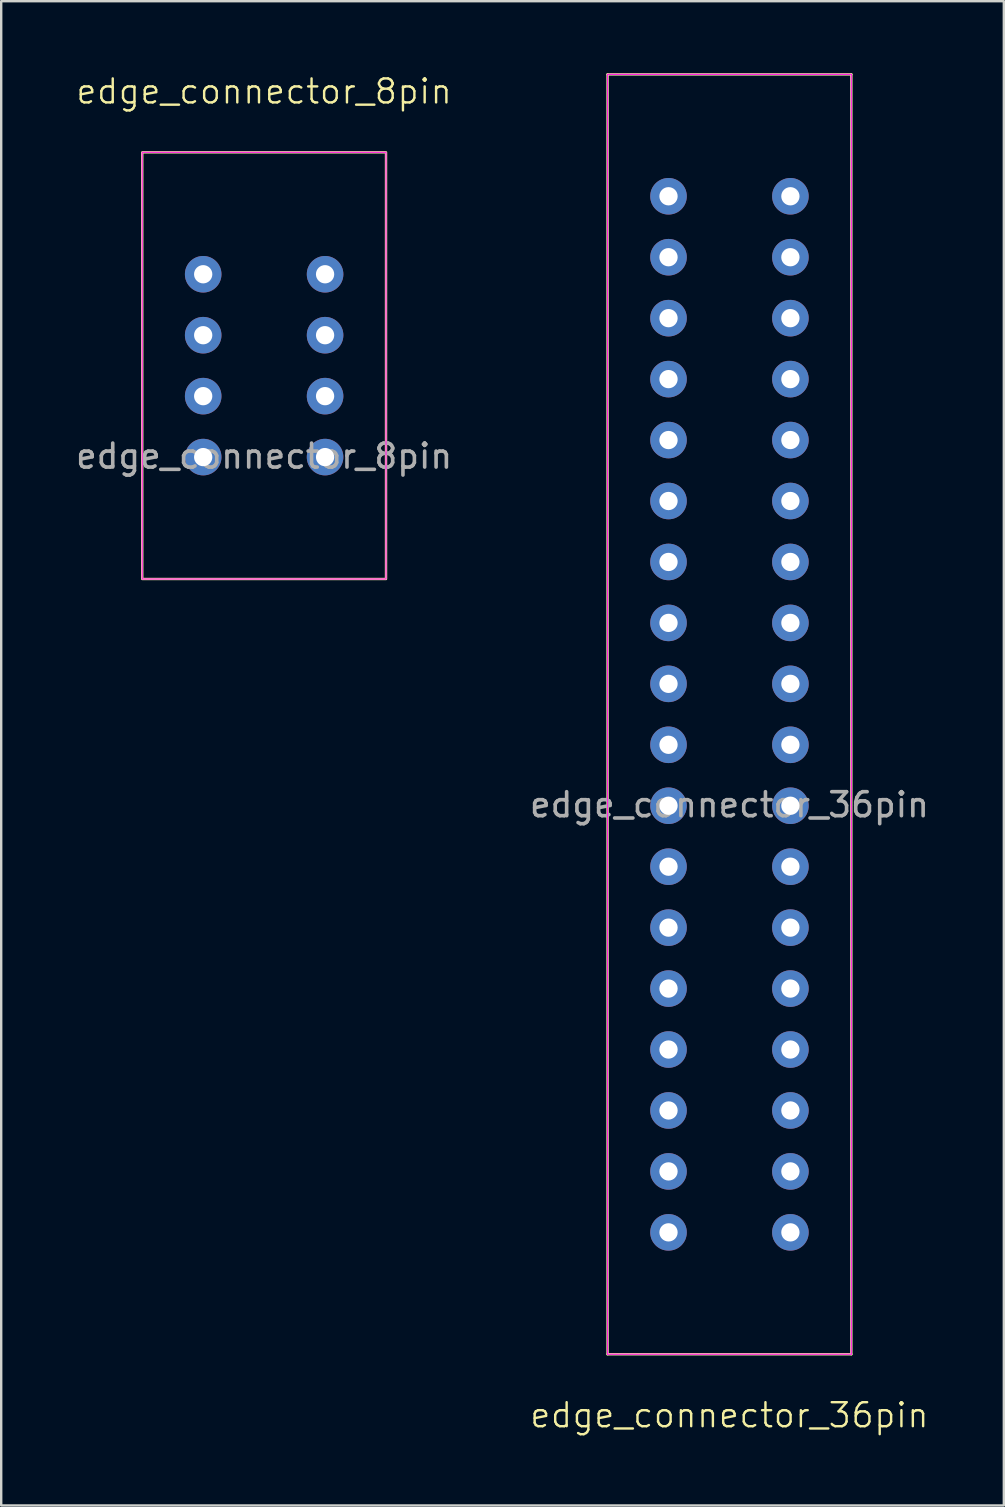
<source format=kicad_pcb>
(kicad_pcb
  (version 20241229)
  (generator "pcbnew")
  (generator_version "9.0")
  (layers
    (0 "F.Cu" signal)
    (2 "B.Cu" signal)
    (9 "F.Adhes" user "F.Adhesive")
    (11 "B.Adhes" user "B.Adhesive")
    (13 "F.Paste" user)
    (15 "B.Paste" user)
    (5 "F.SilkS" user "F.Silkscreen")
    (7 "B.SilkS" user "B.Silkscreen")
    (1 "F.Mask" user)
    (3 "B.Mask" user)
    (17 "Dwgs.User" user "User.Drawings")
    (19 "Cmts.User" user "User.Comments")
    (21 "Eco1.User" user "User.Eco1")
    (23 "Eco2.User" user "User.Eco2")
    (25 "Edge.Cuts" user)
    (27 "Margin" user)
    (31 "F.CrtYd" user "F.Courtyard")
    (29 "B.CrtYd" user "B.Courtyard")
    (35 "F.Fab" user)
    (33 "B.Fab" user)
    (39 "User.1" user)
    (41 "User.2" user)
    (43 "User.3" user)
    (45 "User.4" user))
  (footprint "edge_connector_8pin"
    (layer "F.Cu")
    (at 7.958 13.46)
    (property "Reference" "edge_connector_8pin" (at 0 -12.7 0) (unlocked yes) (layer "F.SilkS") (effects (font (size 1 1) (thickness 0.1))))
    (attr through_hole)
    (fp_rect (start -5.08 -10.16) (end 5.08 7.62) (stroke (width 0.1) (type default)) (fill no) (layer "F.SilkS"))
    (fp_rect (start -5.08 -10.16) (end 5.08 7.62) (stroke (width 0.05) (type default)) (fill no) (layer "F.CrtYd"))
    (fp_text user "${REFERENCE}" (at 0 2.5 0) (unlocked yes) (layer "F.Fab") (effects (font (size 1 1) (thickness 0.15))))
    (pad "1" thru_hole circle (at 2.54 -5.08) (size 1.524 1.524) (drill 0.762) (layers "*.Cu" "*.Mask"))
    (pad "2" thru_hole circle (at 2.54 -2.54) (size 1.524 1.524) (drill 0.762) (layers "*.Cu" "*.Mask"))
    (pad "3" thru_hole circle (at 2.54 0) (size 1.524 1.524) (drill 0.762) (layers "*.Cu" "*.Mask"))
    (pad "4" thru_hole circle (at 2.54 2.54) (size 1.524 1.524) (drill 0.762) (layers "*.Cu" "*.Mask"))
    (pad "5" thru_hole circle (at -2.54 -5.08) (size 1.524 1.524) (drill 0.762) (layers "*.Cu" "*.Mask"))
    (pad "6" thru_hole circle (at -2.54 -2.54) (size 1.524 1.524) (drill 0.762) (layers "*.Cu" "*.Mask"))
    (pad "7" thru_hole circle (at -2.54 0) (size 1.524 1.524) (drill 0.762) (layers "*.Cu" "*.Mask"))
    (pad "8" thru_hole circle (at -2.54 2.54) (size 1.524 1.524) (drill 0.762) (layers "*.Cu" "*.Mask")))
  (footprint "edge_connector_36pin"
    (layer "F.Cu")
    (at 27.351 27.99)
    (property "Reference" "edge_connector_36pin" (at 0 27.94 0) (unlocked yes) (layer "F.SilkS") (effects (font (size 1 1) (thickness 0.1))))
    (attr through_hole)
    (fp_line (start -5.08 -27.94) (end -5.08 25.4) (stroke (width 0.1) (type default)) (layer "F.SilkS"))
    (fp_line (start -5.08 25.4) (end 5.08 25.4) (stroke (width 0.1) (type default)) (layer "F.SilkS"))
    (fp_line (start 5.08 -27.94) (end -5.08 -27.94) (stroke (width 0.1) (type default)) (layer "F.SilkS"))
    (fp_line (start 5.08 25.4) (end 5.08 -27.94) (stroke (width 0.1) (type default)) (layer "F.SilkS"))
    (fp_line (start -5.08 -27.94) (end -5.08 25.4) (stroke (width 0.05) (type default)) (layer "F.CrtYd"))
    (fp_line (start -5.08 25.4) (end 5.08 25.4) (stroke (width 0.05) (type default)) (layer "F.CrtYd"))
    (fp_line (start 5.08 -27.94) (end -5.08 -27.94) (stroke (width 0.05) (type default)) (layer "F.CrtYd"))
    (fp_line (start 5.08 25.4) (end 5.08 -27.94) (stroke (width 0.05) (type default)) (layer "F.CrtYd"))
    (fp_text user "${REFERENCE}" (at 0 2.5 0) (unlocked yes) (layer "F.Fab") (effects (font (size 1 1) (thickness 0.15))))
    (pad "1" thru_hole circle (at 2.54 -22.86) (size 1.524 1.524) (drill 0.762) (layers "*.Cu" "*.Mask"))
    (pad "2" thru_hole circle (at 2.54 -20.32) (size 1.524 1.524) (drill 0.762) (layers "*.Cu" "*.Mask"))
    (pad "3" thru_hole circle (at 2.54 -17.78) (size 1.524 1.524) (drill 0.762) (layers "*.Cu" "*.Mask"))
    (pad "4" thru_hole circle (at 2.54 -15.24) (size 1.524 1.524) (drill 0.762) (layers "*.Cu" "*.Mask"))
    (pad "5" thru_hole circle (at 2.54 -12.7) (size 1.524 1.524) (drill 0.762) (layers "*.Cu" "*.Mask"))
    (pad "6" thru_hole circle (at 2.54 -10.16) (size 1.524 1.524) (drill 0.762) (layers "*.Cu" "*.Mask"))
    (pad "7" thru_hole circle (at 2.54 -7.62) (size 1.524 1.524) (drill 0.762) (layers "*.Cu" "*.Mask"))
    (pad "8" thru_hole circle (at 2.54 -5.08) (size 1.524 1.524) (drill 0.762) (layers "*.Cu" "*.Mask"))
    (pad "9" thru_hole circle (at 2.54 -2.54) (size 1.524 1.524) (drill 0.762) (layers "*.Cu" "*.Mask"))
    (pad "10" thru_hole circle (at 2.54 0) (size 1.524 1.524) (drill 0.762) (layers "*.Cu" "*.Mask"))
    (pad "11" thru_hole circle (at 2.54 2.54) (size 1.524 1.524) (drill 0.762) (layers "*.Cu" "*.Mask"))
    (pad "12" thru_hole circle (at 2.54 5.08) (size 1.524 1.524) (drill 0.762) (layers "*.Cu" "*.Mask"))
    (pad "13" thru_hole circle (at 2.54 7.62) (size 1.524 1.524) (drill 0.762) (layers "*.Cu" "*.Mask"))
    (pad "14" thru_hole circle (at 2.54 10.16) (size 1.524 1.524) (drill 0.762) (layers "*.Cu" "*.Mask"))
    (pad "15" thru_hole circle (at 2.54 12.7) (size 1.524 1.524) (drill 0.762) (layers "*.Cu" "*.Mask"))
    (pad "16" thru_hole circle (at 2.54 15.24) (size 1.524 1.524) (drill 0.762) (layers "*.Cu" "*.Mask"))
    (pad "17" thru_hole circle (at 2.54 17.78) (size 1.524 1.524) (drill 0.762) (layers "*.Cu" "*.Mask"))
    (pad "18" thru_hole circle (at 2.54 20.32) (size 1.524 1.524) (drill 0.762) (layers "*.Cu" "*.Mask"))
    (pad "19" thru_hole circle (at -2.54 -22.86) (size 1.524 1.524) (drill 0.762) (layers "*.Cu" "*.Mask"))
    (pad "20" thru_hole circle (at -2.54 -20.32) (size 1.524 1.524) (drill 0.762) (layers "*.Cu" "*.Mask"))
    (pad "21" thru_hole circle (at -2.54 -17.78) (size 1.524 1.524) (drill 0.762) (layers "*.Cu" "*.Mask"))
    (pad "22" thru_hole circle (at -2.54 -15.24) (size 1.524 1.524) (drill 0.762) (layers "*.Cu" "*.Mask"))
    (pad "23" thru_hole circle (at -2.54 -12.7) (size 1.524 1.524) (drill 0.762) (layers "*.Cu" "*.Mask"))
    (pad "24" thru_hole circle (at -2.54 -10.16) (size 1.524 1.524) (drill 0.762) (layers "*.Cu" "*.Mask"))
    (pad "25" thru_hole circle (at -2.54 -7.62) (size 1.524 1.524) (drill 0.762) (layers "*.Cu" "*.Mask"))
    (pad "26" thru_hole circle (at -2.54 -5.08) (size 1.524 1.524) (drill 0.762) (layers "*.Cu" "*.Mask"))
    (pad "27" thru_hole circle (at -2.54 -2.54) (size 1.524 1.524) (drill 0.762) (layers "*.Cu" "*.Mask"))
    (pad "28" thru_hole circle (at -2.54 0) (size 1.524 1.524) (drill 0.762) (layers "*.Cu" "*.Mask"))
    (pad "29" thru_hole circle (at -2.54 2.54) (size 1.524 1.524) (drill 0.762) (layers "*.Cu" "*.Mask"))
    (pad "30" thru_hole circle (at -2.54 5.08) (size 1.524 1.524) (drill 0.762) (layers "*.Cu" "*.Mask"))
    (pad "31" thru_hole circle (at -2.54 7.62) (size 1.524 1.524) (drill 0.762) (layers "*.Cu" "*.Mask"))
    (pad "32" thru_hole circle (at -2.54 10.16) (size 1.524 1.524) (drill 0.762) (layers "*.Cu" "*.Mask"))
    (pad "33" thru_hole circle (at -2.54 12.7) (size 1.524 1.524) (drill 0.762) (layers "*.Cu" "*.Mask"))
    (pad "34" thru_hole circle (at -2.54 15.24) (size 1.524 1.524) (drill 0.762) (layers "*.Cu" "*.Mask"))
    (pad "35" thru_hole circle (at -2.54 17.78) (size 1.524 1.524) (drill 0.762) (layers "*.Cu" "*.Mask"))
    (pad "36" thru_hole circle (at -2.54 20.32) (size 1.524 1.524) (drill 0.762) (layers "*.Cu" "*.Mask")))
  (gr_rect
    (start -3 -3)
    (end 38.786 59.691)
    (stroke (width 0.1) (type default))
    (fill no)
    (layer "Edge.Cuts")))
</source>
